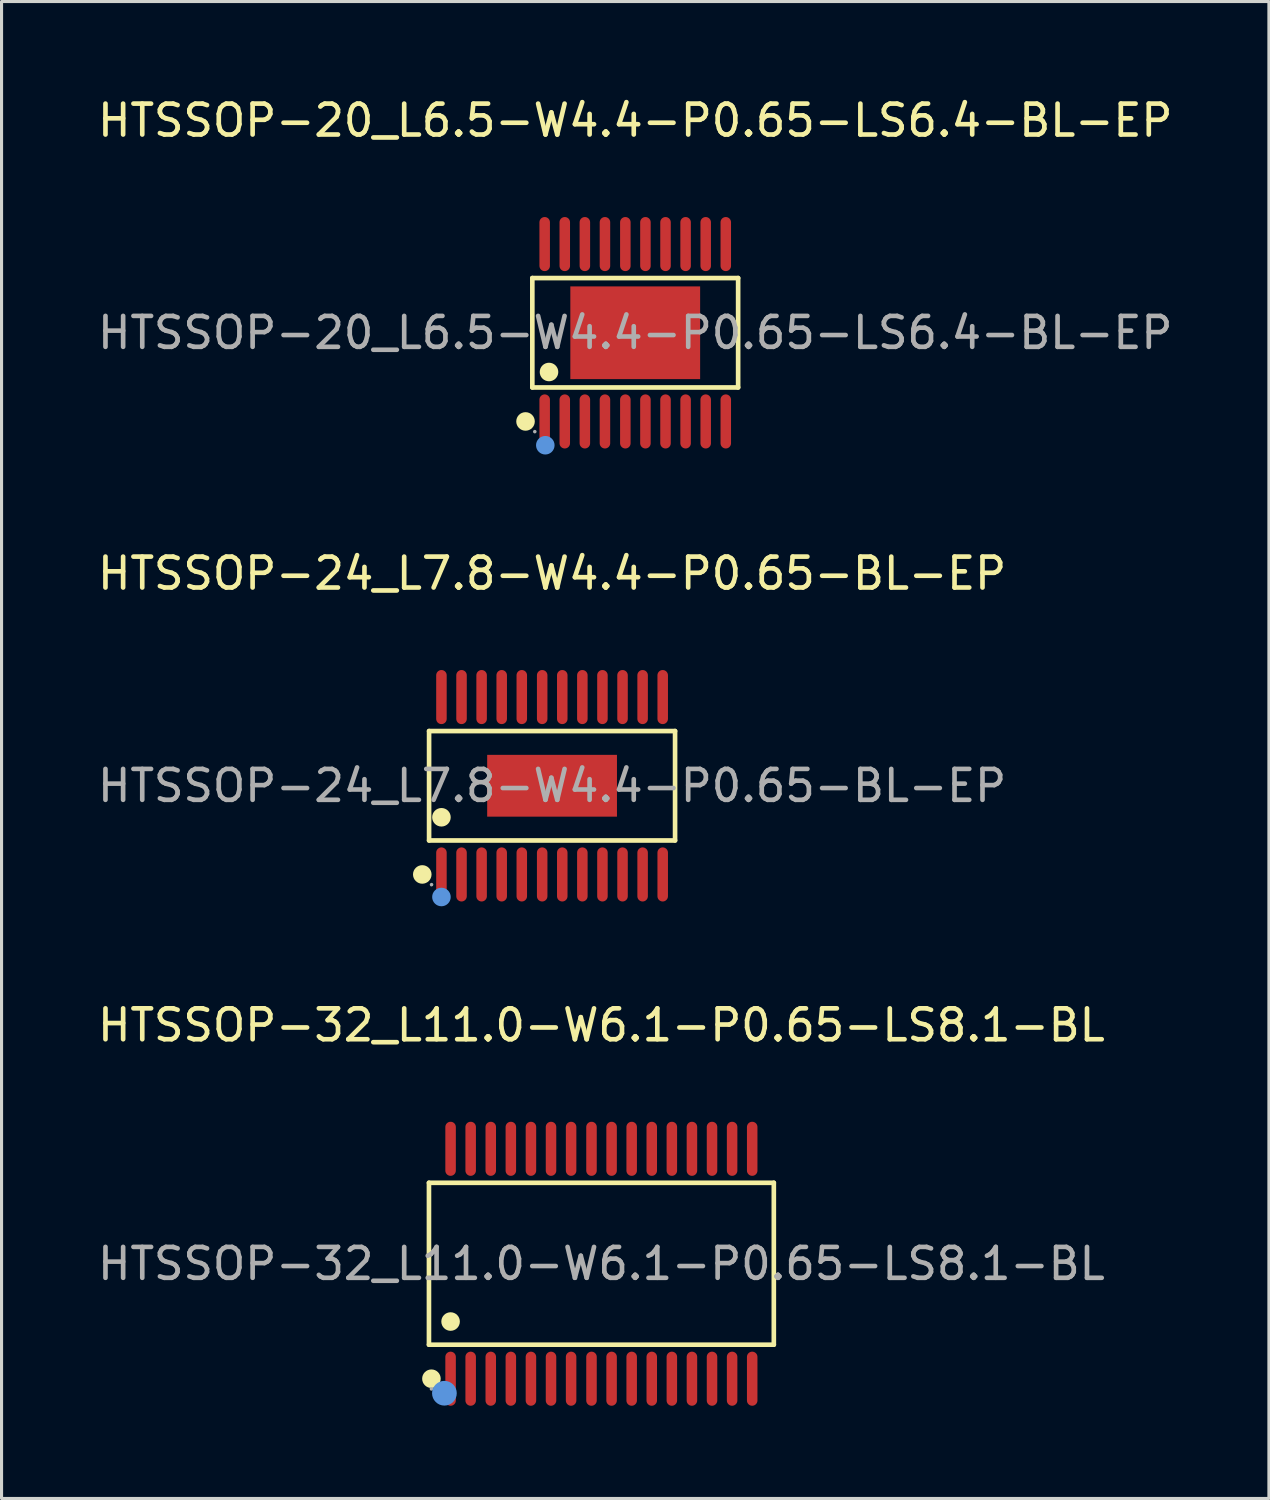
<source format=kicad_pcb>
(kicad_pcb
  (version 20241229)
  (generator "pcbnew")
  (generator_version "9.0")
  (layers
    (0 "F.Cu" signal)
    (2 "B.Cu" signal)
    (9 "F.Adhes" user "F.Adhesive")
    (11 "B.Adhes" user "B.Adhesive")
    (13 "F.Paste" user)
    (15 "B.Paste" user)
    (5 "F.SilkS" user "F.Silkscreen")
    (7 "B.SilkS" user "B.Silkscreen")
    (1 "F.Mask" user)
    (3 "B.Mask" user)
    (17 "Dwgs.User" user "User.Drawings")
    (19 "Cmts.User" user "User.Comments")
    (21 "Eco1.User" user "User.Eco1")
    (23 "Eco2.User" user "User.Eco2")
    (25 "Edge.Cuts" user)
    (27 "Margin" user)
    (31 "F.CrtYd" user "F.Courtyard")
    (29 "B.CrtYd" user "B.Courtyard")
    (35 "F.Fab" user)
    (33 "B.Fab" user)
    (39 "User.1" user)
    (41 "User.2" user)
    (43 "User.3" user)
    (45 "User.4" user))
  (footprint "HTSSOP-20_L6.5-W4.4-P0.65-LS6.4-BL-EP"
    (layer "F.Cu")
    (at 17.506 7.718)
    (property "Reference" "HTSSOP-20_L6.5-W4.4-P0.65-LS6.4-BL-EP" (at 0 -6.87 0) (layer "F.SilkS") (effects (font (size 1 1) (thickness 0.15))))
    (attr through_hole)
    (fp_line (start -3.33 -1.77) (end 3.33 -1.77) (stroke (width 0.15) (type solid)) (layer "F.SilkS"))
    (fp_line (start -3.33 1.77) (end -3.33 -1.77) (stroke (width 0.15) (type solid)) (layer "F.SilkS"))
    (fp_line (start 3.33 -1.77) (end 3.33 1.77) (stroke (width 0.15) (type solid)) (layer "F.SilkS"))
    (fp_line (start 3.33 1.77) (end -3.33 1.77) (stroke (width 0.15) (type solid)) (layer "F.SilkS"))
    (fp_circle (center -3.55 2.87) (end -3.4 2.87) (stroke (width 0.3) (type solid)) (fill no) (layer "F.SilkS"))
    (fp_circle (center -2.79 1.27) (end -2.64 1.27) (stroke (width 0.3) (type solid)) (fill no) (layer "F.SilkS"))
    (fp_circle (center -2.91 3.64) (end -2.76 3.64) (stroke (width 0.3) (type solid)) (fill no) (layer "Cmts.User"))
    (fp_circle (center -3.25 3.2) (end -3.22 3.2) (stroke (width 0.06) (type solid)) (fill no) (layer "F.Fab"))
    (fp_text user "${REFERENCE}" (at 0 0 0) (layer "F.Fab") (effects (font (size 1 1) (thickness 0.15))))
    (pad "1" smd oval (at -2.93 2.87) (size 0.34 1.75) (layers "F.Cu" "F.Mask" "F.Paste"))
    (pad "2" smd oval (at -2.28 2.87) (size 0.34 1.75) (layers "F.Cu" "F.Mask" "F.Paste"))
    (pad "3" smd oval (at -1.63 2.87) (size 0.34 1.75) (layers "F.Cu" "F.Mask" "F.Paste"))
    (pad "4" smd oval (at -0.98 2.87) (size 0.34 1.75) (layers "F.Cu" "F.Mask" "F.Paste"))
    (pad "5" smd oval (at -0.32 2.87) (size 0.34 1.75) (layers "F.Cu" "F.Mask" "F.Paste"))
    (pad "6" smd oval (at 0.33 2.87) (size 0.34 1.75) (layers "F.Cu" "F.Mask" "F.Paste"))
    (pad "7" smd oval (at 0.98 2.87) (size 0.34 1.75) (layers "F.Cu" "F.Mask" "F.Paste"))
    (pad "8" smd oval (at 1.63 2.87) (size 0.34 1.75) (layers "F.Cu" "F.Mask" "F.Paste"))
    (pad "9" smd oval (at 2.28 2.87) (size 0.34 1.75) (layers "F.Cu" "F.Mask" "F.Paste"))
    (pad "10" smd oval (at 2.93 2.87) (size 0.34 1.75) (layers "F.Cu" "F.Mask" "F.Paste"))
    (pad "11" smd oval (at 2.93 -2.87) (size 0.34 1.75) (layers "F.Cu" "F.Mask" "F.Paste"))
    (pad "12" smd oval (at 2.28 -2.87) (size 0.34 1.75) (layers "F.Cu" "F.Mask" "F.Paste"))
    (pad "13" smd oval (at 1.63 -2.87) (size 0.34 1.75) (layers "F.Cu" "F.Mask" "F.Paste"))
    (pad "14" smd oval (at 0.98 -2.87) (size 0.34 1.75) (layers "F.Cu" "F.Mask" "F.Paste"))
    (pad "15" smd oval (at 0.33 -2.87) (size 0.34 1.75) (layers "F.Cu" "F.Mask" "F.Paste"))
    (pad "16" smd oval (at -0.32 -2.87) (size 0.34 1.75) (layers "F.Cu" "F.Mask" "F.Paste"))
    (pad "17" smd oval (at -0.98 -2.87) (size 0.34 1.75) (layers "F.Cu" "F.Mask" "F.Paste"))
    (pad "18" smd oval (at -1.63 -2.87) (size 0.34 1.75) (layers "F.Cu" "F.Mask" "F.Paste"))
    (pad "19" smd oval (at -2.28 -2.87) (size 0.34 1.75) (layers "F.Cu" "F.Mask" "F.Paste"))
    (pad "20" smd oval (at -2.93 -2.87) (size 0.34 1.75) (layers "F.Cu" "F.Mask" "F.Paste"))
    (pad "21" smd rect (at 0 0) (size 4.2 3) (layers "F.Cu" "F.Mask" "F.Paste")))
  (footprint "HTSSOP-24_L7.8-W4.4-P0.65-BL-EP"
    (layer "F.Cu")
    (at 14.815 22.377)
    (property "Reference" "HTSSOP-24_L7.8-W4.4-P0.65-BL-EP" (at 0 -6.87 0) (layer "F.SilkS") (effects (font (size 1 1) (thickness 0.15))))
    (attr through_hole)
    (fp_line (start -3.98 -1.77) (end 3.98 -1.77) (stroke (width 0.15) (type solid)) (layer "F.SilkS"))
    (fp_line (start -3.98 1.77) (end -3.98 -1.77) (stroke (width 0.15) (type solid)) (layer "F.SilkS"))
    (fp_line (start 3.98 -1.77) (end 3.98 1.77) (stroke (width 0.15) (type solid)) (layer "F.SilkS"))
    (fp_line (start 3.98 1.77) (end -3.98 1.77) (stroke (width 0.15) (type solid)) (layer "F.SilkS"))
    (fp_circle (center -4.2 2.87) (end -4.05 2.87) (stroke (width 0.3) (type solid)) (fill no) (layer "F.SilkS"))
    (fp_circle (center -3.58 1.02) (end -3.43 1.02) (stroke (width 0.3) (type solid)) (fill no) (layer "F.SilkS"))
    (fp_circle (center -3.58 3.6) (end -3.43 3.6) (stroke (width 0.3) (type solid)) (fill no) (layer "Cmts.User"))
    (fp_circle (center -3.9 3.2) (end -3.87 3.2) (stroke (width 0.06) (type solid)) (fill no) (layer "F.Fab"))
    (fp_text user "${REFERENCE}" (at 0 0 0) (layer "F.Fab") (effects (font (size 1 1) (thickness 0.15))))
    (pad "1" smd oval (at -3.58 2.87) (size 0.34 1.75) (layers "F.Cu" "F.Mask" "F.Paste"))
    (pad "2" smd oval (at -2.93 2.87) (size 0.34 1.75) (layers "F.Cu" "F.Mask" "F.Paste"))
    (pad "3" smd oval (at -2.28 2.87) (size 0.34 1.75) (layers "F.Cu" "F.Mask" "F.Paste"))
    (pad "4" smd oval (at -1.63 2.87) (size 0.34 1.75) (layers "F.Cu" "F.Mask" "F.Paste"))
    (pad "5" smd oval (at -0.98 2.87) (size 0.34 1.75) (layers "F.Cu" "F.Mask" "F.Paste"))
    (pad "6" smd oval (at -0.32 2.87) (size 0.34 1.75) (layers "F.Cu" "F.Mask" "F.Paste"))
    (pad "7" smd oval (at 0.33 2.87) (size 0.34 1.75) (layers "F.Cu" "F.Mask" "F.Paste"))
    (pad "8" smd oval (at 0.98 2.87) (size 0.34 1.75) (layers "F.Cu" "F.Mask" "F.Paste"))
    (pad "9" smd oval (at 1.63 2.87) (size 0.34 1.75) (layers "F.Cu" "F.Mask" "F.Paste"))
    (pad "10" smd oval (at 2.28 2.87) (size 0.34 1.75) (layers "F.Cu" "F.Mask" "F.Paste"))
    (pad "11" smd oval (at 2.93 2.87) (size 0.34 1.75) (layers "F.Cu" "F.Mask" "F.Paste"))
    (pad "12" smd oval (at 3.58 2.87) (size 0.34 1.75) (layers "F.Cu" "F.Mask" "F.Paste"))
    (pad "13" smd oval (at 3.58 -2.87) (size 0.34 1.75) (layers "F.Cu" "F.Mask" "F.Paste"))
    (pad "14" smd oval (at 2.93 -2.87) (size 0.34 1.75) (layers "F.Cu" "F.Mask" "F.Paste"))
    (pad "15" smd oval (at 2.28 -2.87) (size 0.34 1.75) (layers "F.Cu" "F.Mask" "F.Paste"))
    (pad "16" smd oval (at 1.63 -2.87) (size 0.34 1.75) (layers "F.Cu" "F.Mask" "F.Paste"))
    (pad "17" smd oval (at 0.98 -2.87) (size 0.34 1.75) (layers "F.Cu" "F.Mask" "F.Paste"))
    (pad "18" smd oval (at 0.33 -2.87) (size 0.34 1.75) (layers "F.Cu" "F.Mask" "F.Paste"))
    (pad "19" smd oval (at -0.32 -2.87) (size 0.34 1.75) (layers "F.Cu" "F.Mask" "F.Paste"))
    (pad "20" smd oval (at -0.98 -2.87) (size 0.34 1.75) (layers "F.Cu" "F.Mask" "F.Paste"))
    (pad "21" smd oval (at -1.63 -2.87) (size 0.34 1.75) (layers "F.Cu" "F.Mask" "F.Paste"))
    (pad "22" smd oval (at -2.28 -2.87) (size 0.34 1.75) (layers "F.Cu" "F.Mask" "F.Paste"))
    (pad "23" smd oval (at -2.93 -2.87) (size 0.34 1.75) (layers "F.Cu" "F.Mask" "F.Paste"))
    (pad "24" smd oval (at -3.58 -2.87) (size 0.34 1.75) (layers "F.Cu" "F.Mask" "F.Paste"))
    (pad "25" smd rect (at 0 0) (size 4.2 2) (layers "F.Cu" "F.Mask" "F.Paste")))
  (footprint "HTSSOP-32_L11.0-W6.1-P0.65-LS8.1-BL"
    (layer "F.Cu")
    (at 16.411 37.845)
    (property "Reference" "HTSSOP-32_L11.0-W6.1-P0.65-LS8.1-BL" (at 0 -7.72 0) (layer "F.SilkS") (effects (font (size 1 1) (thickness 0.15))))
    (attr through_hole)
    (fp_line (start -5.58 -2.62) (end 5.58 -2.62) (stroke (width 0.15) (type solid)) (layer "F.SilkS"))
    (fp_line (start -5.58 2.62) (end -5.58 -2.62) (stroke (width 0.15) (type solid)) (layer "F.SilkS"))
    (fp_line (start 5.58 -2.62) (end 5.58 2.62) (stroke (width 0.15) (type solid)) (layer "F.SilkS"))
    (fp_line (start 5.58 2.62) (end -5.58 2.62) (stroke (width 0.15) (type solid)) (layer "F.SilkS"))
    (fp_circle (center -5.5 3.72) (end -5.35 3.72) (stroke (width 0.3) (type solid)) (fill no) (layer "F.SilkS"))
    (fp_circle (center -4.88 1.87) (end -4.73 1.87) (stroke (width 0.3) (type solid)) (fill no) (layer "F.SilkS"))
    (fp_circle (center -5.08 4.19) (end -4.88 4.19) (stroke (width 0.4) (type solid)) (fill no) (layer "Cmts.User"))
    (fp_circle (center -5.5 4.05) (end -5.47 4.05) (stroke (width 0.06) (type solid)) (fill no) (layer "F.Fab"))
    (fp_text user "${REFERENCE}" (at 0 0 0) (layer "F.Fab") (effects (font (size 1 1) (thickness 0.15))))
    (pad "1" smd oval (at -4.88 3.72) (size 0.34 1.75) (layers "F.Cu" "F.Mask" "F.Paste"))
    (pad "2" smd oval (at -4.23 3.72) (size 0.34 1.75) (layers "F.Cu" "F.Mask" "F.Paste"))
    (pad "3" smd oval (at -3.58 3.72) (size 0.34 1.75) (layers "F.Cu" "F.Mask" "F.Paste"))
    (pad "4" smd oval (at -2.93 3.72) (size 0.34 1.75) (layers "F.Cu" "F.Mask" "F.Paste"))
    (pad "5" smd oval (at -2.28 3.72) (size 0.34 1.75) (layers "F.Cu" "F.Mask" "F.Paste"))
    (pad "6" smd oval (at -1.63 3.72) (size 0.34 1.75) (layers "F.Cu" "F.Mask" "F.Paste"))
    (pad "7" smd oval (at -0.98 3.72) (size 0.34 1.75) (layers "F.Cu" "F.Mask" "F.Paste"))
    (pad "8" smd oval (at -0.32 3.72) (size 0.34 1.75) (layers "F.Cu" "F.Mask" "F.Paste"))
    (pad "9" smd oval (at 0.33 3.72) (size 0.34 1.75) (layers "F.Cu" "F.Mask" "F.Paste"))
    (pad "10" smd oval (at 0.98 3.72) (size 0.34 1.75) (layers "F.Cu" "F.Mask" "F.Paste"))
    (pad "11" smd oval (at 1.63 3.72) (size 0.34 1.75) (layers "F.Cu" "F.Mask" "F.Paste"))
    (pad "12" smd oval (at 2.28 3.72) (size 0.34 1.75) (layers "F.Cu" "F.Mask" "F.Paste"))
    (pad "13" smd oval (at 2.93 3.72) (size 0.34 1.75) (layers "F.Cu" "F.Mask" "F.Paste"))
    (pad "14" smd oval (at 3.58 3.72) (size 0.34 1.75) (layers "F.Cu" "F.Mask" "F.Paste"))
    (pad "15" smd oval (at 4.23 3.72) (size 0.34 1.75) (layers "F.Cu" "F.Mask" "F.Paste"))
    (pad "16" smd oval (at 4.88 3.72) (size 0.34 1.75) (layers "F.Cu" "F.Mask" "F.Paste"))
    (pad "17" smd oval (at 4.88 -3.72) (size 0.34 1.75) (layers "F.Cu" "F.Mask" "F.Paste"))
    (pad "18" smd oval (at 4.23 -3.72) (size 0.34 1.75) (layers "F.Cu" "F.Mask" "F.Paste"))
    (pad "19" smd oval (at 3.58 -3.72) (size 0.34 1.75) (layers "F.Cu" "F.Mask" "F.Paste"))
    (pad "20" smd oval (at 2.93 -3.72) (size 0.34 1.75) (layers "F.Cu" "F.Mask" "F.Paste"))
    (pad "21" smd oval (at 2.28 -3.72) (size 0.34 1.75) (layers "F.Cu" "F.Mask" "F.Paste"))
    (pad "22" smd oval (at 1.63 -3.72) (size 0.34 1.75) (layers "F.Cu" "F.Mask" "F.Paste"))
    (pad "23" smd oval (at 0.98 -3.72) (size 0.34 1.75) (layers "F.Cu" "F.Mask" "F.Paste"))
    (pad "24" smd oval (at 0.33 -3.72) (size 0.34 1.75) (layers "F.Cu" "F.Mask" "F.Paste"))
    (pad "25" smd oval (at -0.32 -3.72) (size 0.34 1.75) (layers "F.Cu" "F.Mask" "F.Paste"))
    (pad "26" smd oval (at -0.98 -3.72) (size 0.34 1.75) (layers "F.Cu" "F.Mask" "F.Paste"))
    (pad "27" smd oval (at -1.63 -3.72) (size 0.34 1.75) (layers "F.Cu" "F.Mask" "F.Paste"))
    (pad "28" smd oval (at -2.28 -3.72) (size 0.34 1.75) (layers "F.Cu" "F.Mask" "F.Paste"))
    (pad "29" smd oval (at -2.93 -3.72) (size 0.34 1.75) (layers "F.Cu" "F.Mask" "F.Paste"))
    (pad "30" smd oval (at -3.58 -3.72) (size 0.34 1.75) (layers "F.Cu" "F.Mask" "F.Paste"))
    (pad "31" smd oval (at -4.23 -3.72) (size 0.34 1.75) (layers "F.Cu" "F.Mask" "F.Paste"))
    (pad "32" smd oval (at -4.88 -3.72) (size 0.34 1.75) (layers "F.Cu" "F.Mask" "F.Paste")))
  (gr_rect
    (start -3 -3)
    (end 38.012 45.44)
    (stroke (width 0.1) (type default))
    (fill no)
    (layer "Edge.Cuts")))
</source>
